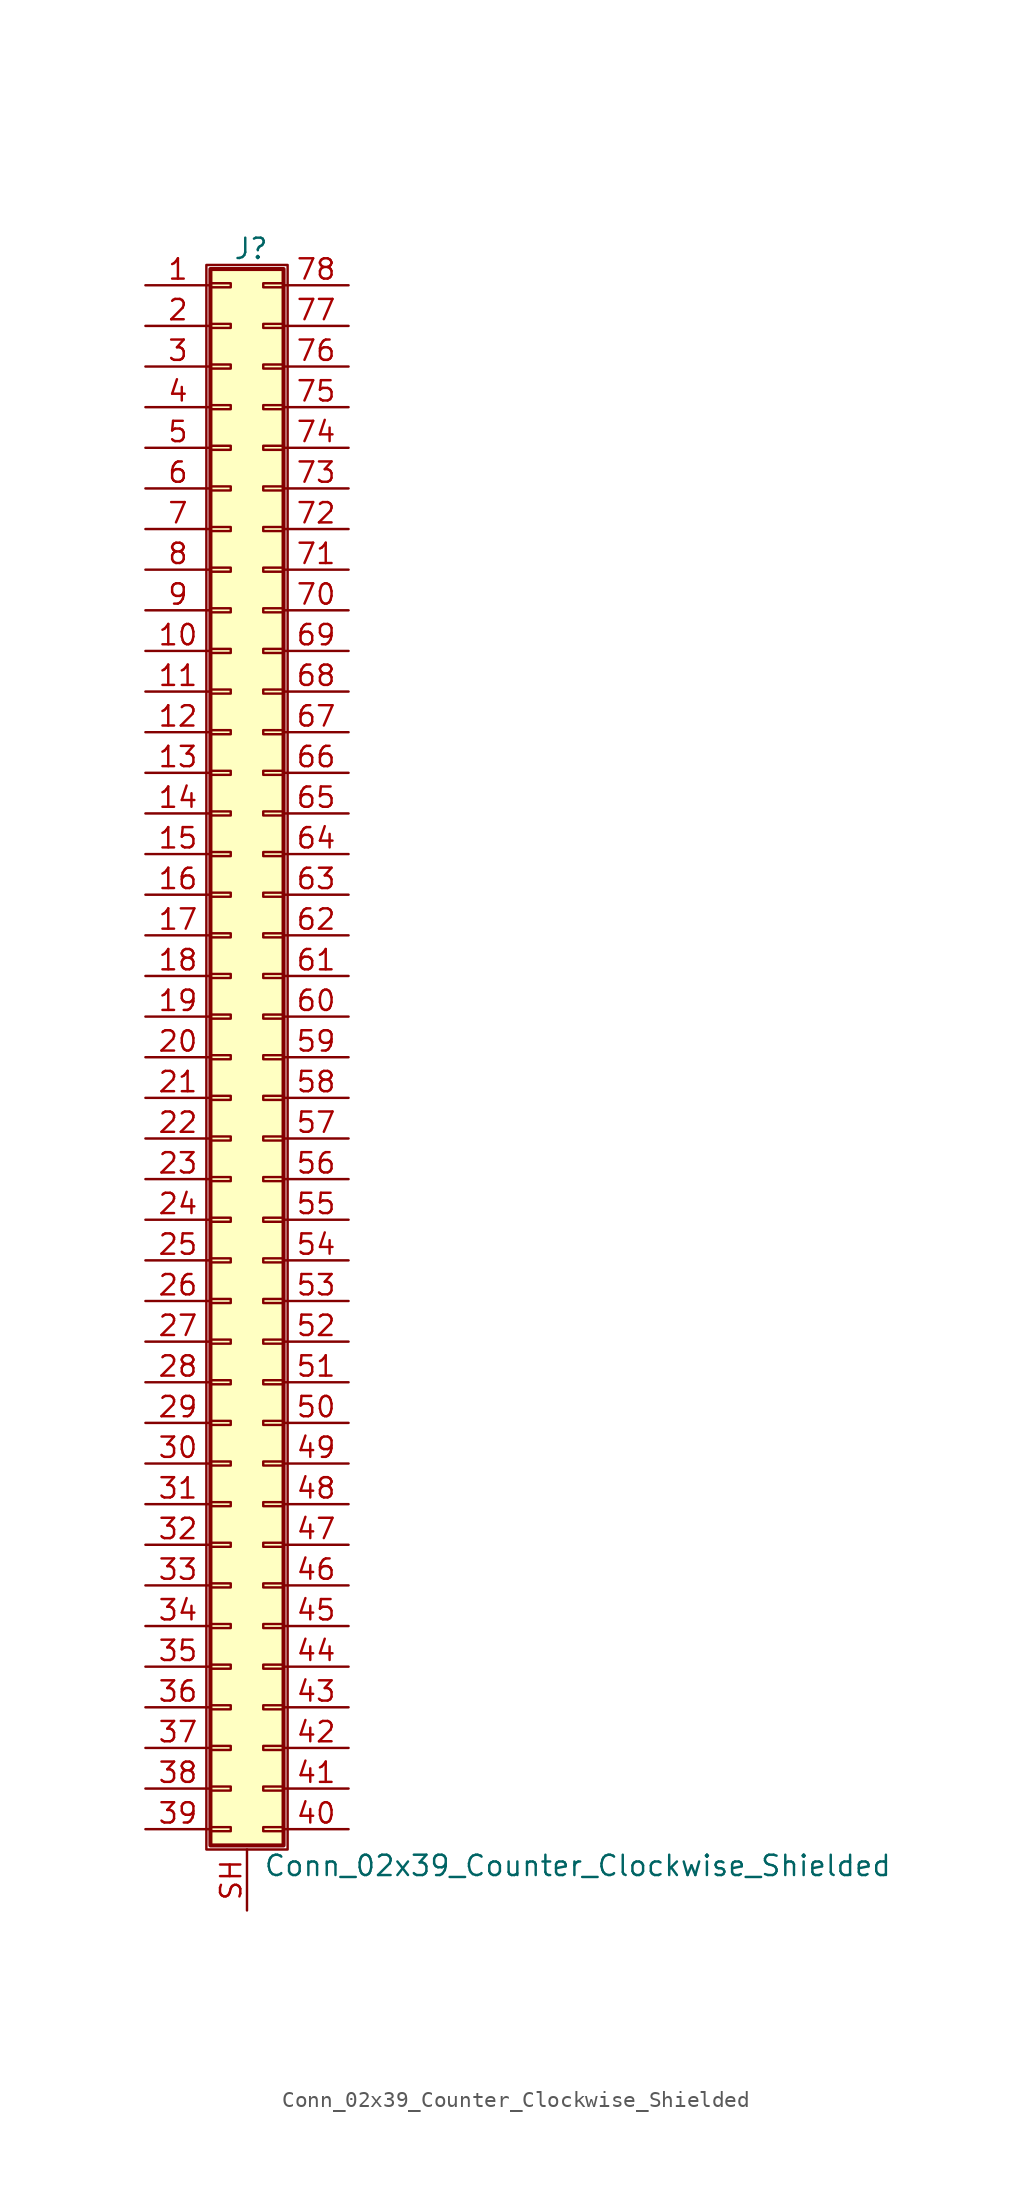
<source format=kicad_sym>
(kicad_symbol_lib
  (version 20201005)
  (generator kicad_symbol_editor)
  (symbol "Connector_Generic_Shielded:Conn_02x39_Counter_Clockwise_Shielded"
    (pin_names
      (offset 1.016) hide)
    (property "Reference" "J"
      (at 1.524 50.546 0)
      (effects (font (size 1.27 1.27))))
    (property "Value" "Conn_02x39_Counter_Clockwise_Shielded"
      (at 2.286 -50.546 0)
      (effects (font (size 1.27 1.27)) (justify left)))
    (symbol "Conn_02x39_Counter_Clockwise_Shielded_1_1"
      (rectangle (start -1.016 -27.813) (end 0.254 -28.067) (stroke (width 0.152)) (fill (type none)))
      (rectangle (start -1.016 -30.353) (end 0.254 -30.607) (stroke (width 0.152)) (fill (type none)))
      (rectangle (start -1.016 -32.893) (end 0.254 -33.147) (stroke (width 0.152)) (fill (type none)))
      (rectangle (start -1.016 -35.433) (end 0.254 -35.687) (stroke (width 0.152)) (fill (type none)))
      (rectangle (start -1.016 -37.973) (end 0.254 -38.227) (stroke (width 0.152)) (fill (type none)))
      (rectangle (start -1.016 -40.513) (end 0.254 -40.767) (stroke (width 0.152)) (fill (type none)))
      (rectangle (start -1.016 -43.053) (end 0.254 -43.307) (stroke (width 0.152)) (fill (type none)))
      (rectangle (start -1.016 -45.593) (end 0.254 -45.847) (stroke (width 0.152)) (fill (type none)))
      (rectangle (start -1.016 -48.133) (end 0.254 -48.387) (stroke (width 0.152)) (fill (type none)))
      (rectangle (start -1.016 -4.953) (end 0.254 -5.207) (stroke (width 0.152)) (fill (type none)))
      (rectangle (start -1.016 -7.493) (end 0.254 -7.747) (stroke (width 0.152)) (fill (type none)))
      (rectangle (start -1.016 -10.033) (end 0.254 -10.287) (stroke (width 0.152)) (fill (type none)))
      (rectangle (start -1.016 -12.573) (end 0.254 -12.827) (stroke (width 0.152)) (fill (type none)))
      (rectangle (start -1.016 -15.113) (end 0.254 -15.367) (stroke (width 0.152)) (fill (type none)))
      (rectangle (start -1.016 -17.653) (end 0.254 -17.907) (stroke (width 0.152)) (fill (type none)))
      (rectangle (start -1.016 -20.193) (end 0.254 -20.447) (stroke (width 0.152)) (fill (type none)))
      (rectangle (start -1.016 -22.733) (end 0.254 -22.987) (stroke (width 0.152)) (fill (type none)))
      (rectangle (start -1.016 -2.413) (end 0.254 -2.667) (stroke (width 0.152)) (fill (type none)))
      (rectangle (start -1.016 -25.273) (end 0.254 -25.527) (stroke (width 0.152)) (fill (type none)))
      (rectangle (start -1.016 25.527) (end 0.254 25.273) (stroke (width 0.152)) (fill (type none)))
      (rectangle (start -1.016 2.667) (end 0.254 2.413) (stroke (width 0.152)) (fill (type none)))
      (rectangle (start -1.016 28.067) (end 0.254 27.813) (stroke (width 0.152)) (fill (type none)))
      (rectangle (start -1.016 30.607) (end 0.254 30.353) (stroke (width 0.152)) (fill (type none)))
      (rectangle (start -1.016 33.147) (end 0.254 32.893) (stroke (width 0.152)) (fill (type none)))
      (rectangle (start -1.016 35.687) (end 0.254 35.433) (stroke (width 0.152)) (fill (type none)))
      (rectangle (start -1.016 38.227) (end 0.254 37.973) (stroke (width 0.152)) (fill (type none)))
      (rectangle (start -1.016 40.767) (end 0.254 40.513) (stroke (width 0.152)) (fill (type none)))
      (rectangle (start -1.016 43.307) (end 0.254 43.053) (stroke (width 0.152)) (fill (type none)))
      (rectangle (start -1.016 45.847) (end 0.254 45.593) (stroke (width 0.152)) (fill (type none)))
      (rectangle (start -1.016 48.387) (end 0.254 48.133) (stroke (width 0.152)) (fill (type none)))
      (rectangle (start -1.016 49.276) (end 3.556 -49.276) (stroke (width 0.254)) (fill (type background)))
      (rectangle (start -1.016 5.207) (end 0.254 4.953) (stroke (width 0.152)) (fill (type none)))
      (rectangle (start -1.016 7.747) (end 0.254 7.493) (stroke (width 0.152)) (fill (type none)))
      (rectangle (start -1.016 10.287) (end 0.254 10.033) (stroke (width 0.152)) (fill (type none)))
      (rectangle (start -1.016 0.127) (end 0.254 -0.127) (stroke (width 0.152)) (fill (type none)))
      (rectangle (start -1.016 12.827) (end 0.254 12.573) (stroke (width 0.152)) (fill (type none)))
      (rectangle (start -1.016 15.367) (end 0.254 15.113) (stroke (width 0.152)) (fill (type none)))
      (rectangle (start -1.016 17.907) (end 0.254 17.653) (stroke (width 0.152)) (fill (type none)))
      (rectangle (start -1.016 20.447) (end 0.254 20.193) (stroke (width 0.152)) (fill (type none)))
      (rectangle (start -1.016 22.987) (end 0.254 22.733) (stroke (width 0.152)) (fill (type none)))
      (rectangle (start -1.27 49.53) (end 3.81 -49.53) (stroke (width 0.152)) (fill (type none)))
      (rectangle (start 3.556 -27.813) (end 2.286 -28.067) (stroke (width 0.152)) (fill (type none)))
      (rectangle (start 3.556 -30.353) (end 2.286 -30.607) (stroke (width 0.152)) (fill (type none)))
      (rectangle (start 3.556 -32.893) (end 2.286 -33.147) (stroke (width 0.152)) (fill (type none)))
      (rectangle (start 3.556 -35.433) (end 2.286 -35.687) (stroke (width 0.152)) (fill (type none)))
      (rectangle (start 3.556 -37.973) (end 2.286 -38.227) (stroke (width 0.152)) (fill (type none)))
      (rectangle (start 3.556 -40.513) (end 2.286 -40.767) (stroke (width 0.152)) (fill (type none)))
      (rectangle (start 3.556 -43.053) (end 2.286 -43.307) (stroke (width 0.152)) (fill (type none)))
      (rectangle (start 3.556 -45.593) (end 2.286 -45.847) (stroke (width 0.152)) (fill (type none)))
      (rectangle (start 3.556 -48.133) (end 2.286 -48.387) (stroke (width 0.152)) (fill (type none)))
      (rectangle (start 3.556 -4.953) (end 2.286 -5.207) (stroke (width 0.152)) (fill (type none)))
      (rectangle (start 3.556 -7.493) (end 2.286 -7.747) (stroke (width 0.152)) (fill (type none)))
      (rectangle (start 3.556 -10.033) (end 2.286 -10.287) (stroke (width 0.152)) (fill (type none)))
      (rectangle (start 3.556 -12.573) (end 2.286 -12.827) (stroke (width 0.152)) (fill (type none)))
      (rectangle (start 3.556 -15.113) (end 2.286 -15.367) (stroke (width 0.152)) (fill (type none)))
      (rectangle (start 3.556 -17.653) (end 2.286 -17.907) (stroke (width 0.152)) (fill (type none)))
      (rectangle (start 3.556 -20.193) (end 2.286 -20.447) (stroke (width 0.152)) (fill (type none)))
      (rectangle (start 3.556 -22.733) (end 2.286 -22.987) (stroke (width 0.152)) (fill (type none)))
      (rectangle (start 3.556 -2.413) (end 2.286 -2.667) (stroke (width 0.152)) (fill (type none)))
      (rectangle (start 3.556 -25.273) (end 2.286 -25.527) (stroke (width 0.152)) (fill (type none)))
      (rectangle (start 3.556 25.527) (end 2.286 25.273) (stroke (width 0.152)) (fill (type none)))
      (rectangle (start 3.556 2.667) (end 2.286 2.413) (stroke (width 0.152)) (fill (type none)))
      (rectangle (start 3.556 28.067) (end 2.286 27.813) (stroke (width 0.152)) (fill (type none)))
      (rectangle (start 3.556 30.607) (end 2.286 30.353) (stroke (width 0.152)) (fill (type none)))
      (rectangle (start 3.556 33.147) (end 2.286 32.893) (stroke (width 0.152)) (fill (type none)))
      (rectangle (start 3.556 35.687) (end 2.286 35.433) (stroke (width 0.152)) (fill (type none)))
      (rectangle (start 3.556 38.227) (end 2.286 37.973) (stroke (width 0.152)) (fill (type none)))
      (rectangle (start 3.556 40.767) (end 2.286 40.513) (stroke (width 0.152)) (fill (type none)))
      (rectangle (start 3.556 43.307) (end 2.286 43.053) (stroke (width 0.152)) (fill (type none)))
      (rectangle (start 3.556 45.847) (end 2.286 45.593) (stroke (width 0.152)) (fill (type none)))
      (rectangle (start 3.556 48.387) (end 2.286 48.133) (stroke (width 0.152)) (fill (type none)))
      (rectangle (start 3.556 5.207) (end 2.286 4.953) (stroke (width 0.152)) (fill (type none)))
      (rectangle (start 3.556 7.747) (end 2.286 7.493) (stroke (width 0.152)) (fill (type none)))
      (rectangle (start 3.556 10.287) (end 2.286 10.033) (stroke (width 0.152)) (fill (type none)))
      (rectangle (start 3.556 0.127) (end 2.286 -0.127) (stroke (width 0.152)) (fill (type none)))
      (rectangle (start 3.556 12.827) (end 2.286 12.573) (stroke (width 0.152)) (fill (type none)))
      (rectangle (start 3.556 15.367) (end 2.286 15.113) (stroke (width 0.152)) (fill (type none)))
      (rectangle (start 3.556 17.907) (end 2.286 17.653) (stroke (width 0.152)) (fill (type none)))
      (rectangle (start 3.556 20.447) (end 2.286 20.193) (stroke (width 0.152)) (fill (type none)))
      (rectangle (start 3.556 22.987) (end 2.286 22.733) (stroke (width 0.152)) (fill (type none)))
      (pin passive line (at -5.08 48.26 0) (length 4.064) (name "Pin_1" (effects (font (size 1.27 1.27)))) (number "1" (effects (font (size 1.27 1.27)))))
      (pin passive line (at -5.08 25.4 0) (length 4.064) (name "Pin_10" (effects (font (size 1.27 1.27)))) (number "10" (effects (font (size 1.27 1.27)))))
      (pin passive line (at -5.08 22.86 0) (length 4.064) (name "Pin_11" (effects (font (size 1.27 1.27)))) (number "11" (effects (font (size 1.27 1.27)))))
      (pin passive line (at -5.08 20.32 0) (length 4.064) (name "Pin_12" (effects (font (size 1.27 1.27)))) (number "12" (effects (font (size 1.27 1.27)))))
      (pin passive line (at -5.08 17.78 0) (length 4.064) (name "Pin_13" (effects (font (size 1.27 1.27)))) (number "13" (effects (font (size 1.27 1.27)))))
      (pin passive line (at -5.08 15.24 0) (length 4.064) (name "Pin_14" (effects (font (size 1.27 1.27)))) (number "14" (effects (font (size 1.27 1.27)))))
      (pin passive line (at -5.08 12.7 0) (length 4.064) (name "Pin_15" (effects (font (size 1.27 1.27)))) (number "15" (effects (font (size 1.27 1.27)))))
      (pin passive line (at -5.08 10.16 0) (length 4.064) (name "Pin_16" (effects (font (size 1.27 1.27)))) (number "16" (effects (font (size 1.27 1.27)))))
      (pin passive line (at -5.08 7.62 0) (length 4.064) (name "Pin_17" (effects (font (size 1.27 1.27)))) (number "17" (effects (font (size 1.27 1.27)))))
      (pin passive line (at -5.08 5.08 0) (length 4.064) (name "Pin_18" (effects (font (size 1.27 1.27)))) (number "18" (effects (font (size 1.27 1.27)))))
      (pin passive line (at -5.08 2.54 0) (length 4.064) (name "Pin_19" (effects (font (size 1.27 1.27)))) (number "19" (effects (font (size 1.27 1.27)))))
      (pin passive line (at -5.08 45.72 0) (length 4.064) (name "Pin_2" (effects (font (size 1.27 1.27)))) (number "2" (effects (font (size 1.27 1.27)))))
      (pin passive line (at -5.08 0 0) (length 4.064) (name "Pin_20" (effects (font (size 1.27 1.27)))) (number "20" (effects (font (size 1.27 1.27)))))
      (pin passive line (at -5.08 -2.54 0) (length 4.064) (name "Pin_21" (effects (font (size 1.27 1.27)))) (number "21" (effects (font (size 1.27 1.27)))))
      (pin passive line (at -5.08 -5.08 0) (length 4.064) (name "Pin_22" (effects (font (size 1.27 1.27)))) (number "22" (effects (font (size 1.27 1.27)))))
      (pin passive line (at -5.08 -7.62 0) (length 4.064) (name "Pin_23" (effects (font (size 1.27 1.27)))) (number "23" (effects (font (size 1.27 1.27)))))
      (pin passive line (at -5.08 -10.16 0) (length 4.064) (name "Pin_24" (effects (font (size 1.27 1.27)))) (number "24" (effects (font (size 1.27 1.27)))))
      (pin passive line (at -5.08 -12.7 0) (length 4.064) (name "Pin_25" (effects (font (size 1.27 1.27)))) (number "25" (effects (font (size 1.27 1.27)))))
      (pin passive line (at -5.08 -15.24 0) (length 4.064) (name "Pin_26" (effects (font (size 1.27 1.27)))) (number "26" (effects (font (size 1.27 1.27)))))
      (pin passive line (at -5.08 -17.78 0) (length 4.064) (name "Pin_27" (effects (font (size 1.27 1.27)))) (number "27" (effects (font (size 1.27 1.27)))))
      (pin passive line (at -5.08 -20.32 0) (length 4.064) (name "Pin_28" (effects (font (size 1.27 1.27)))) (number "28" (effects (font (size 1.27 1.27)))))
      (pin passive line (at -5.08 -22.86 0) (length 4.064) (name "Pin_29" (effects (font (size 1.27 1.27)))) (number "29" (effects (font (size 1.27 1.27)))))
      (pin passive line (at -5.08 43.18 0) (length 4.064) (name "Pin_3" (effects (font (size 1.27 1.27)))) (number "3" (effects (font (size 1.27 1.27)))))
      (pin passive line (at -5.08 -25.4 0) (length 4.064) (name "Pin_30" (effects (font (size 1.27 1.27)))) (number "30" (effects (font (size 1.27 1.27)))))
      (pin passive line (at -5.08 -27.94 0) (length 4.064) (name "Pin_31" (effects (font (size 1.27 1.27)))) (number "31" (effects (font (size 1.27 1.27)))))
      (pin passive line (at -5.08 -30.48 0) (length 4.064) (name "Pin_32" (effects (font (size 1.27 1.27)))) (number "32" (effects (font (size 1.27 1.27)))))
      (pin passive line (at -5.08 -33.02 0) (length 4.064) (name "Pin_33" (effects (font (size 1.27 1.27)))) (number "33" (effects (font (size 1.27 1.27)))))
      (pin passive line (at -5.08 -35.56 0) (length 4.064) (name "Pin_34" (effects (font (size 1.27 1.27)))) (number "34" (effects (font (size 1.27 1.27)))))
      (pin passive line (at -5.08 -38.1 0) (length 4.064) (name "Pin_35" (effects (font (size 1.27 1.27)))) (number "35" (effects (font (size 1.27 1.27)))))
      (pin passive line (at -5.08 -40.64 0) (length 4.064) (name "Pin_36" (effects (font (size 1.27 1.27)))) (number "36" (effects (font (size 1.27 1.27)))))
      (pin passive line (at -5.08 -43.18 0) (length 4.064) (name "Pin_37" (effects (font (size 1.27 1.27)))) (number "37" (effects (font (size 1.27 1.27)))))
      (pin passive line (at -5.08 -45.72 0) (length 4.064) (name "Pin_38" (effects (font (size 1.27 1.27)))) (number "38" (effects (font (size 1.27 1.27)))))
      (pin passive line (at -5.08 -48.26 0) (length 4.064) (name "Pin_39" (effects (font (size 1.27 1.27)))) (number "39" (effects (font (size 1.27 1.27)))))
      (pin passive line (at -5.08 40.64 0) (length 4.064) (name "Pin_4" (effects (font (size 1.27 1.27)))) (number "4" (effects (font (size 1.27 1.27)))))
      (pin passive line (at 7.62 -48.26 180) (length 4.064) (name "Pin_40" (effects (font (size 1.27 1.27)))) (number "40" (effects (font (size 1.27 1.27)))))
      (pin passive line (at 7.62 -45.72 180) (length 4.064) (name "Pin_41" (effects (font (size 1.27 1.27)))) (number "41" (effects (font (size 1.27 1.27)))))
      (pin passive line (at 7.62 -43.18 180) (length 4.064) (name "Pin_42" (effects (font (size 1.27 1.27)))) (number "42" (effects (font (size 1.27 1.27)))))
      (pin passive line (at 7.62 -40.64 180) (length 4.064) (name "Pin_43" (effects (font (size 1.27 1.27)))) (number "43" (effects (font (size 1.27 1.27)))))
      (pin passive line (at 7.62 -38.1 180) (length 4.064) (name "Pin_44" (effects (font (size 1.27 1.27)))) (number "44" (effects (font (size 1.27 1.27)))))
      (pin passive line (at 7.62 -35.56 180) (length 4.064) (name "Pin_45" (effects (font (size 1.27 1.27)))) (number "45" (effects (font (size 1.27 1.27)))))
      (pin passive line (at 7.62 -33.02 180) (length 4.064) (name "Pin_46" (effects (font (size 1.27 1.27)))) (number "46" (effects (font (size 1.27 1.27)))))
      (pin passive line (at 7.62 -30.48 180) (length 4.064) (name "Pin_47" (effects (font (size 1.27 1.27)))) (number "47" (effects (font (size 1.27 1.27)))))
      (pin passive line (at 7.62 -27.94 180) (length 4.064) (name "Pin_48" (effects (font (size 1.27 1.27)))) (number "48" (effects (font (size 1.27 1.27)))))
      (pin passive line (at 7.62 -25.4 180) (length 4.064) (name "Pin_49" (effects (font (size 1.27 1.27)))) (number "49" (effects (font (size 1.27 1.27)))))
      (pin passive line (at -5.08 38.1 0) (length 4.064) (name "Pin_5" (effects (font (size 1.27 1.27)))) (number "5" (effects (font (size 1.27 1.27)))))
      (pin passive line (at 7.62 -22.86 180) (length 4.064) (name "Pin_50" (effects (font (size 1.27 1.27)))) (number "50" (effects (font (size 1.27 1.27)))))
      (pin passive line (at 7.62 -20.32 180) (length 4.064) (name "Pin_51" (effects (font (size 1.27 1.27)))) (number "51" (effects (font (size 1.27 1.27)))))
      (pin passive line (at 7.62 -17.78 180) (length 4.064) (name "Pin_52" (effects (font (size 1.27 1.27)))) (number "52" (effects (font (size 1.27 1.27)))))
      (pin passive line (at 7.62 -15.24 180) (length 4.064) (name "Pin_53" (effects (font (size 1.27 1.27)))) (number "53" (effects (font (size 1.27 1.27)))))
      (pin passive line (at 7.62 -12.7 180) (length 4.064) (name "Pin_54" (effects (font (size 1.27 1.27)))) (number "54" (effects (font (size 1.27 1.27)))))
      (pin passive line (at 7.62 -10.16 180) (length 4.064) (name "Pin_55" (effects (font (size 1.27 1.27)))) (number "55" (effects (font (size 1.27 1.27)))))
      (pin passive line (at 7.62 -7.62 180) (length 4.064) (name "Pin_56" (effects (font (size 1.27 1.27)))) (number "56" (effects (font (size 1.27 1.27)))))
      (pin passive line (at 7.62 -5.08 180) (length 4.064) (name "Pin_57" (effects (font (size 1.27 1.27)))) (number "57" (effects (font (size 1.27 1.27)))))
      (pin passive line (at 7.62 -2.54 180) (length 4.064) (name "Pin_58" (effects (font (size 1.27 1.27)))) (number "58" (effects (font (size 1.27 1.27)))))
      (pin passive line (at 7.62 0 180) (length 4.064) (name "Pin_59" (effects (font (size 1.27 1.27)))) (number "59" (effects (font (size 1.27 1.27)))))
      (pin passive line (at -5.08 35.56 0) (length 4.064) (name "Pin_6" (effects (font (size 1.27 1.27)))) (number "6" (effects (font (size 1.27 1.27)))))
      (pin passive line (at 7.62 2.54 180) (length 4.064) (name "Pin_60" (effects (font (size 1.27 1.27)))) (number "60" (effects (font (size 1.27 1.27)))))
      (pin passive line (at 7.62 5.08 180) (length 4.064) (name "Pin_61" (effects (font (size 1.27 1.27)))) (number "61" (effects (font (size 1.27 1.27)))))
      (pin passive line (at 7.62 7.62 180) (length 4.064) (name "Pin_62" (effects (font (size 1.27 1.27)))) (number "62" (effects (font (size 1.27 1.27)))))
      (pin passive line (at 7.62 10.16 180) (length 4.064) (name "Pin_63" (effects (font (size 1.27 1.27)))) (number "63" (effects (font (size 1.27 1.27)))))
      (pin passive line (at 7.62 12.7 180) (length 4.064) (name "Pin_64" (effects (font (size 1.27 1.27)))) (number "64" (effects (font (size 1.27 1.27)))))
      (pin passive line (at 7.62 15.24 180) (length 4.064) (name "Pin_65" (effects (font (size 1.27 1.27)))) (number "65" (effects (font (size 1.27 1.27)))))
      (pin passive line (at 7.62 17.78 180) (length 4.064) (name "Pin_66" (effects (font (size 1.27 1.27)))) (number "66" (effects (font (size 1.27 1.27)))))
      (pin passive line (at 7.62 20.32 180) (length 4.064) (name "Pin_67" (effects (font (size 1.27 1.27)))) (number "67" (effects (font (size 1.27 1.27)))))
      (pin passive line (at 7.62 22.86 180) (length 4.064) (name "Pin_68" (effects (font (size 1.27 1.27)))) (number "68" (effects (font (size 1.27 1.27)))))
      (pin passive line (at 7.62 25.4 180) (length 4.064) (name "Pin_69" (effects (font (size 1.27 1.27)))) (number "69" (effects (font (size 1.27 1.27)))))
      (pin passive line (at -5.08 33.02 0) (length 4.064) (name "Pin_7" (effects (font (size 1.27 1.27)))) (number "7" (effects (font (size 1.27 1.27)))))
      (pin passive line (at 7.62 27.94 180) (length 4.064) (name "Pin_70" (effects (font (size 1.27 1.27)))) (number "70" (effects (font (size 1.27 1.27)))))
      (pin passive line (at 7.62 30.48 180) (length 4.064) (name "Pin_71" (effects (font (size 1.27 1.27)))) (number "71" (effects (font (size 1.27 1.27)))))
      (pin passive line (at 7.62 33.02 180) (length 4.064) (name "Pin_72" (effects (font (size 1.27 1.27)))) (number "72" (effects (font (size 1.27 1.27)))))
      (pin passive line (at 7.62 35.56 180) (length 4.064) (name "Pin_73" (effects (font (size 1.27 1.27)))) (number "73" (effects (font (size 1.27 1.27)))))
      (pin passive line (at 7.62 38.1 180) (length 4.064) (name "Pin_74" (effects (font (size 1.27 1.27)))) (number "74" (effects (font (size 1.27 1.27)))))
      (pin passive line (at 7.62 40.64 180) (length 4.064) (name "Pin_75" (effects (font (size 1.27 1.27)))) (number "75" (effects (font (size 1.27 1.27)))))
      (pin passive line (at 7.62 43.18 180) (length 4.064) (name "Pin_76" (effects (font (size 1.27 1.27)))) (number "76" (effects (font (size 1.27 1.27)))))
      (pin passive line (at 7.62 45.72 180) (length 4.064) (name "Pin_77" (effects (font (size 1.27 1.27)))) (number "77" (effects (font (size 1.27 1.27)))))
      (pin passive line (at 7.62 48.26 180) (length 4.064) (name "Pin_78" (effects (font (size 1.27 1.27)))) (number "78" (effects (font (size 1.27 1.27)))))
      (pin passive line (at -5.08 30.48 0) (length 4.064) (name "Pin_8" (effects (font (size 1.27 1.27)))) (number "8" (effects (font (size 1.27 1.27)))))
      (pin passive line (at -5.08 27.94 0) (length 4.064) (name "Pin_9" (effects (font (size 1.27 1.27)))) (number "9" (effects (font (size 1.27 1.27)))))
      (pin passive line (at 1.27 -53.34 90) (length 3.81) (name "Shield" (effects (font (size 1.27 1.27)))) (number "SH" (effects (font (size 1.27 1.27))))))))
</source>
